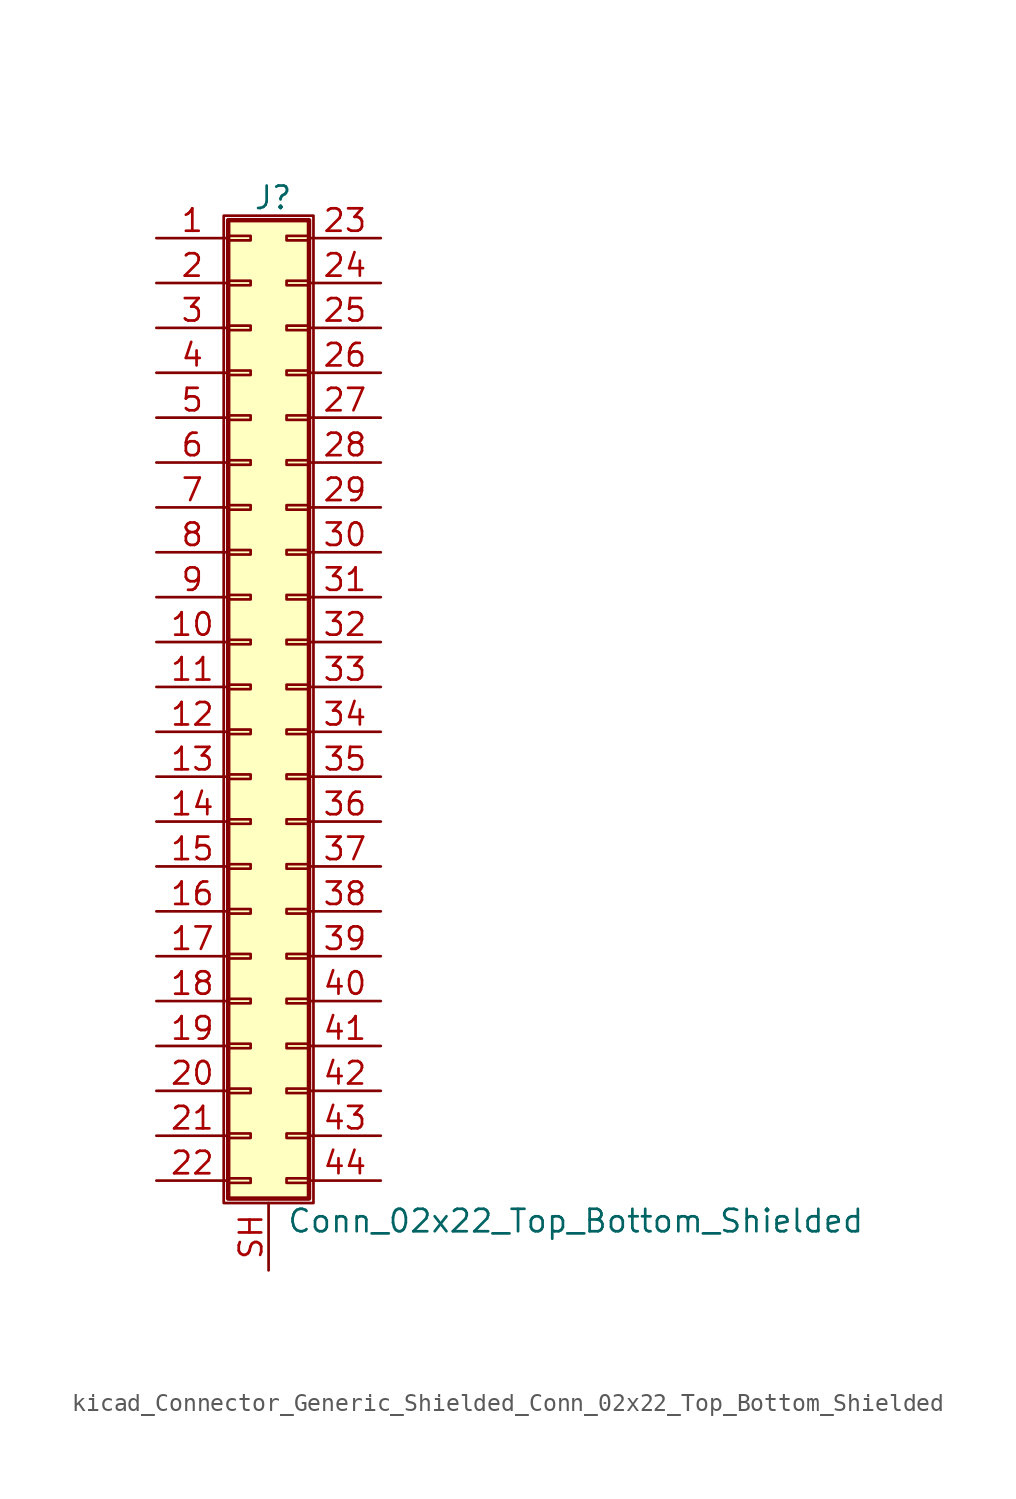
<source format=kicad_sym>
(kicad_symbol_lib
  (version 20220914)
  (generator kicad_symbol_editor)
  (symbol "kicad_Connector_Generic_Shielded_Conn_02x22_Top_Bottom_Shielded"
    (pin_names
      (offset 1.016) hide)
    (property "Reference" "J"
      (at 1.524 27.686 0)
      (effects (font (size 1.27 1.27))))
    (property "Value" "Conn_02x22_Top_Bottom_Shielded"
      (at 2.286 -30.226 0)
      (effects (font (size 1.27 1.27)) (justify left)))
    (symbol "kicad_Connector_Generic_Shielded_Conn_02x22_Top_Bottom_Shielded_1_1"
      (rectangle (start -1.27 26.67) (end 3.81 -29.21) (stroke (width 0.152) (type default)) (fill (type none)))
      (rectangle (start -1.016 -27.813) (end 0.254 -28.067) (stroke (width 0.152) (type default)) (fill (type none)))
      (rectangle (start -1.016 -25.273) (end 0.254 -25.527) (stroke (width 0.152) (type default)) (fill (type none)))
      (rectangle (start -1.016 -22.733) (end 0.254 -22.987) (stroke (width 0.152) (type default)) (fill (type none)))
      (rectangle (start -1.016 -20.193) (end 0.254 -20.447) (stroke (width 0.152) (type default)) (fill (type none)))
      (rectangle (start -1.016 -17.653) (end 0.254 -17.907) (stroke (width 0.152) (type default)) (fill (type none)))
      (rectangle (start -1.016 -15.113) (end 0.254 -15.367) (stroke (width 0.152) (type default)) (fill (type none)))
      (rectangle (start -1.016 -12.573) (end 0.254 -12.827) (stroke (width 0.152) (type default)) (fill (type none)))
      (rectangle (start -1.016 -10.033) (end 0.254 -10.287) (stroke (width 0.152) (type default)) (fill (type none)))
      (rectangle (start -1.016 -7.493) (end 0.254 -7.747) (stroke (width 0.152) (type default)) (fill (type none)))
      (rectangle (start -1.016 -4.953) (end 0.254 -5.207) (stroke (width 0.152) (type default)) (fill (type none)))
      (rectangle (start -1.016 -2.413) (end 0.254 -2.667) (stroke (width 0.152) (type default)) (fill (type none)))
      (rectangle (start -1.016 0.127) (end 0.254 -0.127) (stroke (width 0.152) (type default)) (fill (type none)))
      (rectangle (start -1.016 2.667) (end 0.254 2.413) (stroke (width 0.152) (type default)) (fill (type none)))
      (rectangle (start -1.016 5.207) (end 0.254 4.953) (stroke (width 0.152) (type default)) (fill (type none)))
      (rectangle (start -1.016 7.747) (end 0.254 7.493) (stroke (width 0.152) (type default)) (fill (type none)))
      (rectangle (start -1.016 10.287) (end 0.254 10.033) (stroke (width 0.152) (type default)) (fill (type none)))
      (rectangle (start -1.016 12.827) (end 0.254 12.573) (stroke (width 0.152) (type default)) (fill (type none)))
      (rectangle (start -1.016 15.367) (end 0.254 15.113) (stroke (width 0.152) (type default)) (fill (type none)))
      (rectangle (start -1.016 17.907) (end 0.254 17.653) (stroke (width 0.152) (type default)) (fill (type none)))
      (rectangle (start -1.016 20.447) (end 0.254 20.193) (stroke (width 0.152) (type default)) (fill (type none)))
      (rectangle (start -1.016 22.987) (end 0.254 22.733) (stroke (width 0.152) (type default)) (fill (type none)))
      (rectangle (start -1.016 25.527) (end 0.254 25.273) (stroke (width 0.152) (type default)) (fill (type none)))
      (rectangle (start -1.016 26.416) (end 3.556 -28.956) (stroke (width 0.254) (type default)) (fill (type background)))
      (rectangle (start 3.556 -27.813) (end 2.286 -28.067) (stroke (width 0.152) (type default)) (fill (type none)))
      (rectangle (start 3.556 -25.273) (end 2.286 -25.527) (stroke (width 0.152) (type default)) (fill (type none)))
      (rectangle (start 3.556 -22.733) (end 2.286 -22.987) (stroke (width 0.152) (type default)) (fill (type none)))
      (rectangle (start 3.556 -20.193) (end 2.286 -20.447) (stroke (width 0.152) (type default)) (fill (type none)))
      (rectangle (start 3.556 -17.653) (end 2.286 -17.907) (stroke (width 0.152) (type default)) (fill (type none)))
      (rectangle (start 3.556 -15.113) (end 2.286 -15.367) (stroke (width 0.152) (type default)) (fill (type none)))
      (rectangle (start 3.556 -12.573) (end 2.286 -12.827) (stroke (width 0.152) (type default)) (fill (type none)))
      (rectangle (start 3.556 -10.033) (end 2.286 -10.287) (stroke (width 0.152) (type default)) (fill (type none)))
      (rectangle (start 3.556 -7.493) (end 2.286 -7.747) (stroke (width 0.152) (type default)) (fill (type none)))
      (rectangle (start 3.556 -4.953) (end 2.286 -5.207) (stroke (width 0.152) (type default)) (fill (type none)))
      (rectangle (start 3.556 -2.413) (end 2.286 -2.667) (stroke (width 0.152) (type default)) (fill (type none)))
      (rectangle (start 3.556 0.127) (end 2.286 -0.127) (stroke (width 0.152) (type default)) (fill (type none)))
      (rectangle (start 3.556 2.667) (end 2.286 2.413) (stroke (width 0.152) (type default)) (fill (type none)))
      (rectangle (start 3.556 5.207) (end 2.286 4.953) (stroke (width 0.152) (type default)) (fill (type none)))
      (rectangle (start 3.556 7.747) (end 2.286 7.493) (stroke (width 0.152) (type default)) (fill (type none)))
      (rectangle (start 3.556 10.287) (end 2.286 10.033) (stroke (width 0.152) (type default)) (fill (type none)))
      (rectangle (start 3.556 12.827) (end 2.286 12.573) (stroke (width 0.152) (type default)) (fill (type none)))
      (rectangle (start 3.556 15.367) (end 2.286 15.113) (stroke (width 0.152) (type default)) (fill (type none)))
      (rectangle (start 3.556 17.907) (end 2.286 17.653) (stroke (width 0.152) (type default)) (fill (type none)))
      (rectangle (start 3.556 20.447) (end 2.286 20.193) (stroke (width 0.152) (type default)) (fill (type none)))
      (rectangle (start 3.556 22.987) (end 2.286 22.733) (stroke (width 0.152) (type default)) (fill (type none)))
      (rectangle (start 3.556 25.527) (end 2.286 25.273) (stroke (width 0.152) (type default)) (fill (type none)))
      (pin passive line (at -5.08 25.4 0) (length 4.064) (name "Pin_1" (effects (font (size 1.27 1.27)))) (number "1" (effects (font (size 1.27 1.27)))))
      (pin passive line (at -5.08 2.54 0) (length 4.064) (name "Pin_10" (effects (font (size 1.27 1.27)))) (number "10" (effects (font (size 1.27 1.27)))))
      (pin passive line (at -5.08 0 0) (length 4.064) (name "Pin_11" (effects (font (size 1.27 1.27)))) (number "11" (effects (font (size 1.27 1.27)))))
      (pin passive line (at -5.08 -2.54 0) (length 4.064) (name "Pin_12" (effects (font (size 1.27 1.27)))) (number "12" (effects (font (size 1.27 1.27)))))
      (pin passive line (at -5.08 -5.08 0) (length 4.064) (name "Pin_13" (effects (font (size 1.27 1.27)))) (number "13" (effects (font (size 1.27 1.27)))))
      (pin passive line (at -5.08 -7.62 0) (length 4.064) (name "Pin_14" (effects (font (size 1.27 1.27)))) (number "14" (effects (font (size 1.27 1.27)))))
      (pin passive line (at -5.08 -10.16 0) (length 4.064) (name "Pin_15" (effects (font (size 1.27 1.27)))) (number "15" (effects (font (size 1.27 1.27)))))
      (pin passive line (at -5.08 -12.7 0) (length 4.064) (name "Pin_16" (effects (font (size 1.27 1.27)))) (number "16" (effects (font (size 1.27 1.27)))))
      (pin passive line (at -5.08 -15.24 0) (length 4.064) (name "Pin_17" (effects (font (size 1.27 1.27)))) (number "17" (effects (font (size 1.27 1.27)))))
      (pin passive line (at -5.08 -17.78 0) (length 4.064) (name "Pin_18" (effects (font (size 1.27 1.27)))) (number "18" (effects (font (size 1.27 1.27)))))
      (pin passive line (at -5.08 -20.32 0) (length 4.064) (name "Pin_19" (effects (font (size 1.27 1.27)))) (number "19" (effects (font (size 1.27 1.27)))))
      (pin passive line (at -5.08 22.86 0) (length 4.064) (name "Pin_2" (effects (font (size 1.27 1.27)))) (number "2" (effects (font (size 1.27 1.27)))))
      (pin passive line (at -5.08 -22.86 0) (length 4.064) (name "Pin_20" (effects (font (size 1.27 1.27)))) (number "20" (effects (font (size 1.27 1.27)))))
      (pin passive line (at -5.08 -25.4 0) (length 4.064) (name "Pin_21" (effects (font (size 1.27 1.27)))) (number "21" (effects (font (size 1.27 1.27)))))
      (pin passive line (at -5.08 -27.94 0) (length 4.064) (name "Pin_22" (effects (font (size 1.27 1.27)))) (number "22" (effects (font (size 1.27 1.27)))))
      (pin passive line (at 7.62 25.4 180) (length 4.064) (name "Pin_23" (effects (font (size 1.27 1.27)))) (number "23" (effects (font (size 1.27 1.27)))))
      (pin passive line (at 7.62 22.86 180) (length 4.064) (name "Pin_24" (effects (font (size 1.27 1.27)))) (number "24" (effects (font (size 1.27 1.27)))))
      (pin passive line (at 7.62 20.32 180) (length 4.064) (name "Pin_25" (effects (font (size 1.27 1.27)))) (number "25" (effects (font (size 1.27 1.27)))))
      (pin passive line (at 7.62 17.78 180) (length 4.064) (name "Pin_26" (effects (font (size 1.27 1.27)))) (number "26" (effects (font (size 1.27 1.27)))))
      (pin passive line (at 7.62 15.24 180) (length 4.064) (name "Pin_27" (effects (font (size 1.27 1.27)))) (number "27" (effects (font (size 1.27 1.27)))))
      (pin passive line (at 7.62 12.7 180) (length 4.064) (name "Pin_28" (effects (font (size 1.27 1.27)))) (number "28" (effects (font (size 1.27 1.27)))))
      (pin passive line (at 7.62 10.16 180) (length 4.064) (name "Pin_29" (effects (font (size 1.27 1.27)))) (number "29" (effects (font (size 1.27 1.27)))))
      (pin passive line (at -5.08 20.32 0) (length 4.064) (name "Pin_3" (effects (font (size 1.27 1.27)))) (number "3" (effects (font (size 1.27 1.27)))))
      (pin passive line (at 7.62 7.62 180) (length 4.064) (name "Pin_30" (effects (font (size 1.27 1.27)))) (number "30" (effects (font (size 1.27 1.27)))))
      (pin passive line (at 7.62 5.08 180) (length 4.064) (name "Pin_31" (effects (font (size 1.27 1.27)))) (number "31" (effects (font (size 1.27 1.27)))))
      (pin passive line (at 7.62 2.54 180) (length 4.064) (name "Pin_32" (effects (font (size 1.27 1.27)))) (number "32" (effects (font (size 1.27 1.27)))))
      (pin passive line (at 7.62 0 180) (length 4.064) (name "Pin_33" (effects (font (size 1.27 1.27)))) (number "33" (effects (font (size 1.27 1.27)))))
      (pin passive line (at 7.62 -2.54 180) (length 4.064) (name "Pin_34" (effects (font (size 1.27 1.27)))) (number "34" (effects (font (size 1.27 1.27)))))
      (pin passive line (at 7.62 -5.08 180) (length 4.064) (name "Pin_35" (effects (font (size 1.27 1.27)))) (number "35" (effects (font (size 1.27 1.27)))))
      (pin passive line (at 7.62 -7.62 180) (length 4.064) (name "Pin_36" (effects (font (size 1.27 1.27)))) (number "36" (effects (font (size 1.27 1.27)))))
      (pin passive line (at 7.62 -10.16 180) (length 4.064) (name "Pin_37" (effects (font (size 1.27 1.27)))) (number "37" (effects (font (size 1.27 1.27)))))
      (pin passive line (at 7.62 -12.7 180) (length 4.064) (name "Pin_38" (effects (font (size 1.27 1.27)))) (number "38" (effects (font (size 1.27 1.27)))))
      (pin passive line (at 7.62 -15.24 180) (length 4.064) (name "Pin_39" (effects (font (size 1.27 1.27)))) (number "39" (effects (font (size 1.27 1.27)))))
      (pin passive line (at -5.08 17.78 0) (length 4.064) (name "Pin_4" (effects (font (size 1.27 1.27)))) (number "4" (effects (font (size 1.27 1.27)))))
      (pin passive line (at 7.62 -17.78 180) (length 4.064) (name "Pin_40" (effects (font (size 1.27 1.27)))) (number "40" (effects (font (size 1.27 1.27)))))
      (pin passive line (at 7.62 -20.32 180) (length 4.064) (name "Pin_41" (effects (font (size 1.27 1.27)))) (number "41" (effects (font (size 1.27 1.27)))))
      (pin passive line (at 7.62 -22.86 180) (length 4.064) (name "Pin_42" (effects (font (size 1.27 1.27)))) (number "42" (effects (font (size 1.27 1.27)))))
      (pin passive line (at 7.62 -25.4 180) (length 4.064) (name "Pin_43" (effects (font (size 1.27 1.27)))) (number "43" (effects (font (size 1.27 1.27)))))
      (pin passive line (at 7.62 -27.94 180) (length 4.064) (name "Pin_44" (effects (font (size 1.27 1.27)))) (number "44" (effects (font (size 1.27 1.27)))))
      (pin passive line (at -5.08 15.24 0) (length 4.064) (name "Pin_5" (effects (font (size 1.27 1.27)))) (number "5" (effects (font (size 1.27 1.27)))))
      (pin passive line (at -5.08 12.7 0) (length 4.064) (name "Pin_6" (effects (font (size 1.27 1.27)))) (number "6" (effects (font (size 1.27 1.27)))))
      (pin passive line (at -5.08 10.16 0) (length 4.064) (name "Pin_7" (effects (font (size 1.27 1.27)))) (number "7" (effects (font (size 1.27 1.27)))))
      (pin passive line (at -5.08 7.62 0) (length 4.064) (name "Pin_8" (effects (font (size 1.27 1.27)))) (number "8" (effects (font (size 1.27 1.27)))))
      (pin passive line (at -5.08 5.08 0) (length 4.064) (name "Pin_9" (effects (font (size 1.27 1.27)))) (number "9" (effects (font (size 1.27 1.27)))))
      (pin passive line (at 1.27 -33.02 90) (length 3.81) (name "Shield" (effects (font (size 1.27 1.27)))) (number "SH" (effects (font (size 1.27 1.27))))))))
</source>
